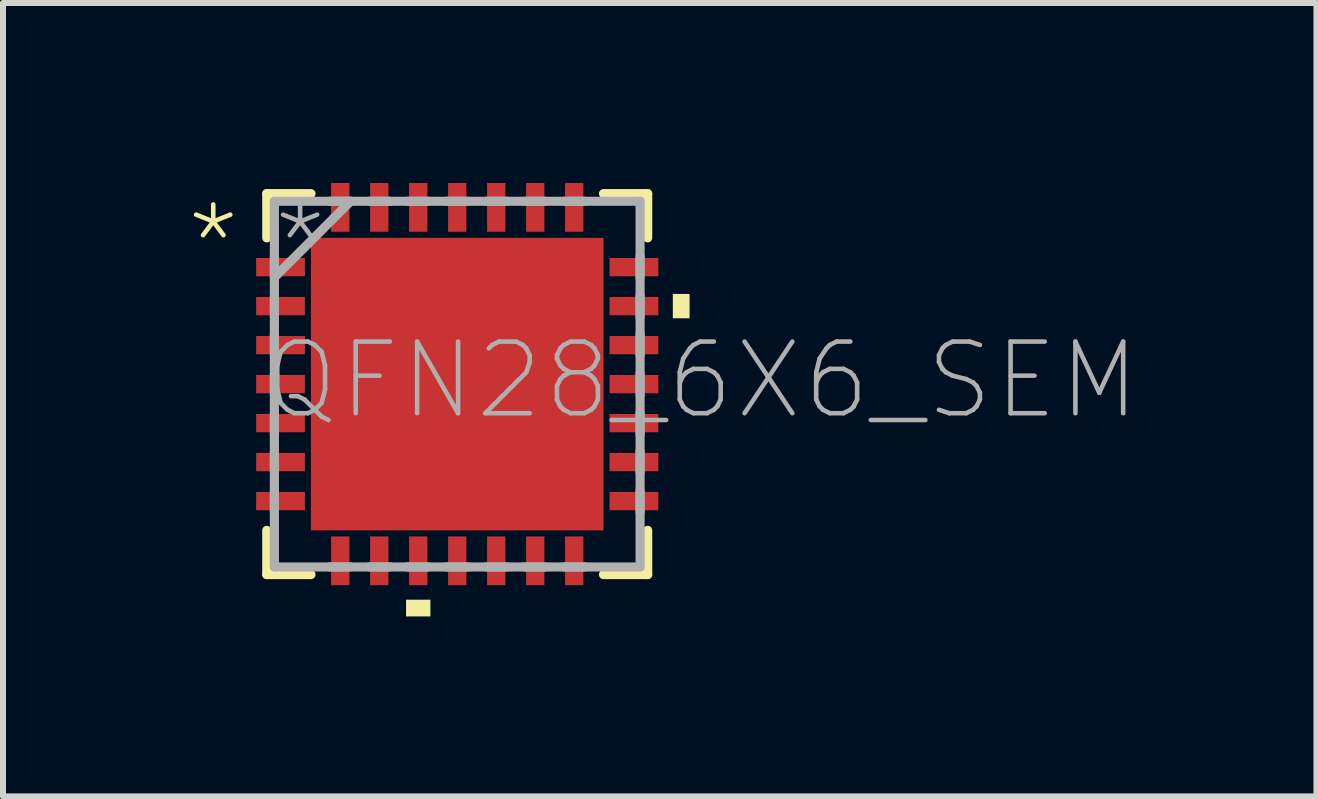
<source format=kicad_pcb>
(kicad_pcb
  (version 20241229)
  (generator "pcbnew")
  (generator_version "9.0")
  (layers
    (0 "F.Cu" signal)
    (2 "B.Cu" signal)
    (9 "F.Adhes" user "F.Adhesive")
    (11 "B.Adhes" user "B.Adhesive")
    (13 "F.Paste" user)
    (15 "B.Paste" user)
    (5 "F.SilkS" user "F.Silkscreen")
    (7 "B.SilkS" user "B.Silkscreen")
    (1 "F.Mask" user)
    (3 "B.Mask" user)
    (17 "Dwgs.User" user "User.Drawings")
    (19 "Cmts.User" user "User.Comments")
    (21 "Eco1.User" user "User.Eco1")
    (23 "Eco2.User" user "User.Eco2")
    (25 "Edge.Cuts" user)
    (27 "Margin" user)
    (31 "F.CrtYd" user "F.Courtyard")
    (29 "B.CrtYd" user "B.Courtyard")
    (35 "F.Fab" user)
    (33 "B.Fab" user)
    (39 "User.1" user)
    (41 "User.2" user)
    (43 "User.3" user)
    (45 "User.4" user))
  (footprint "QFN28_6X6_SEM"
    (layer "F.Cu")
    (at 4.572 3.353)
    (property "Reference" "QFN28_6X6_SEM" (at -3.277 0.635 0) (layer "F.Fab") (effects (font (size 1.194 1.194) (thickness 0.076)) (justify left bottom)))
    (fp_line (start -3.175 -3.175) (end -3.175 -2.438) (stroke (width 0.152) (type solid)) (layer "F.SilkS"))
    (fp_line (start -3.175 2.438) (end -3.175 3.175) (stroke (width 0.152) (type solid)) (layer "F.SilkS"))
    (fp_line (start -3.175 3.175) (end -2.438 3.175) (stroke (width 0.152) (type solid)) (layer "F.SilkS"))
    (fp_line (start -2.438 -3.175) (end -3.175 -3.175) (stroke (width 0.152) (type solid)) (layer "F.SilkS"))
    (fp_line (start 2.438 3.175) (end 3.175 3.175) (stroke (width 0.152) (type solid)) (layer "F.SilkS"))
    (fp_line (start 3.175 -3.175) (end 2.438 -3.175) (stroke (width 0.152) (type solid)) (layer "F.SilkS"))
    (fp_line (start 3.175 -2.438) (end 3.175 -3.175) (stroke (width 0.152) (type solid)) (layer "F.SilkS"))
    (fp_line (start 3.175 3.175) (end 3.175 2.438) (stroke (width 0.152) (type solid)) (layer "F.SilkS"))
    (fp_poly (pts (xy -0.447 3.873) (xy -0.853 3.873) (xy -0.853 3.594) (xy -0.447 3.594)) (stroke (width 0) (type default)) (fill yes) (layer "F.SilkS"))
    (fp_poly (pts (xy 3.873 -1.097) (xy 3.594 -1.097) (xy 3.594 -1.503) (xy 3.873 -1.503)) (stroke (width 0) (type default)) (fill yes) (layer "F.SilkS"))
    (fp_poly (pts (xy -0.9 -0.9) (xy -2.351 -0.9) (xy -2.351 -2.351) (xy -0.9 -2.351)) (stroke (width 0) (type default)) (fill yes) (layer "F.Paste"))
    (fp_poly (pts (xy -0.9 0.726) (xy -2.351 0.726) (xy -2.351 -0.726) (xy -0.9 -0.726)) (stroke (width 0) (type default)) (fill yes) (layer "F.Paste"))
    (fp_poly (pts (xy -0.9 2.351) (xy -2.351 2.351) (xy -2.351 0.9) (xy -0.9 0.9)) (stroke (width 0) (type default)) (fill yes) (layer "F.Paste"))
    (fp_poly (pts (xy 0.726 -0.9) (xy -0.726 -0.9) (xy -0.726 -2.351) (xy 0.726 -2.351)) (stroke (width 0) (type default)) (fill yes) (layer "F.Paste"))
    (fp_poly (pts (xy 0.726 0.726) (xy -0.726 0.726) (xy -0.726 -0.726) (xy 0.726 -0.726)) (stroke (width 0) (type default)) (fill yes) (layer "F.Paste"))
    (fp_poly (pts (xy 0.726 2.351) (xy -0.726 2.351) (xy -0.726 0.9) (xy 0.726 0.9)) (stroke (width 0) (type default)) (fill yes) (layer "F.Paste"))
    (fp_poly (pts (xy 2.351 -0.9) (xy 0.9 -0.9) (xy 0.9 -2.351) (xy 2.351 -2.351)) (stroke (width 0) (type default)) (fill yes) (layer "F.Paste"))
    (fp_poly (pts (xy 2.351 0.726) (xy 0.9 0.726) (xy 0.9 -0.726) (xy 2.351 -0.726)) (stroke (width 0) (type default)) (fill yes) (layer "F.Paste"))
    (fp_poly (pts (xy 2.351 2.351) (xy 0.9 2.351) (xy 0.9 0.9) (xy 2.351 0.9)) (stroke (width 0) (type default)) (fill yes) (layer "F.Paste"))
    (fp_line (start -3.048 -3.048) (end -3.048 3.048) (stroke (width 0.152) (type solid)) (layer "F.Fab"))
    (fp_line (start -3.048 -2.134) (end -3.048 -1.778) (stroke (width 0.152) (type solid)) (layer "F.Fab"))
    (fp_line (start -3.048 -1.778) (end -1.778 -3.048) (stroke (width 0.152) (type solid)) (layer "F.Fab"))
    (fp_line (start -3.048 -1.473) (end -3.048 -1.118) (stroke (width 0.152) (type solid)) (layer "F.Fab"))
    (fp_line (start -3.048 -0.838) (end -3.048 -0.483) (stroke (width 0.152) (type solid)) (layer "F.Fab"))
    (fp_line (start -3.048 -0.178) (end -3.048 0.178) (stroke (width 0.152) (type solid)) (layer "F.Fab"))
    (fp_line (start -3.048 0.483) (end -3.048 0.838) (stroke (width 0.152) (type solid)) (layer "F.Fab"))
    (fp_line (start -3.048 1.118) (end -3.048 1.473) (stroke (width 0.152) (type solid)) (layer "F.Fab"))
    (fp_line (start -3.048 1.778) (end -3.048 2.134) (stroke (width 0.152) (type solid)) (layer "F.Fab"))
    (fp_line (start -3.048 3.048) (end 3.048 3.048) (stroke (width 0.152) (type solid)) (layer "F.Fab"))
    (fp_line (start -2.134 3.048) (end -1.778 3.048) (stroke (width 0.152) (type solid)) (layer "F.Fab"))
    (fp_line (start -1.778 -3.048) (end -2.134 -3.048) (stroke (width 0.152) (type solid)) (layer "F.Fab"))
    (fp_line (start -1.473 3.048) (end -1.118 3.048) (stroke (width 0.152) (type solid)) (layer "F.Fab"))
    (fp_line (start -1.118 -3.048) (end -1.473 -3.048) (stroke (width 0.152) (type solid)) (layer "F.Fab"))
    (fp_line (start -0.838 3.048) (end -0.483 3.048) (stroke (width 0.152) (type solid)) (layer "F.Fab"))
    (fp_line (start -0.483 -3.048) (end -0.838 -3.048) (stroke (width 0.152) (type solid)) (layer "F.Fab"))
    (fp_line (start -0.178 3.048) (end 0.178 3.048) (stroke (width 0.152) (type solid)) (layer "F.Fab"))
    (fp_line (start 0.178 -3.048) (end -0.178 -3.048) (stroke (width 0.152) (type solid)) (layer "F.Fab"))
    (fp_line (start 0.483 3.048) (end 0.838 3.048) (stroke (width 0.152) (type solid)) (layer "F.Fab"))
    (fp_line (start 0.838 -3.048) (end 0.483 -3.048) (stroke (width 0.152) (type solid)) (layer "F.Fab"))
    (fp_line (start 1.118 3.048) (end 1.473 3.048) (stroke (width 0.152) (type solid)) (layer "F.Fab"))
    (fp_line (start 1.473 -3.048) (end 1.118 -3.048) (stroke (width 0.152) (type solid)) (layer "F.Fab"))
    (fp_line (start 1.778 3.048) (end 2.134 3.048) (stroke (width 0.152) (type solid)) (layer "F.Fab"))
    (fp_line (start 2.134 -3.048) (end 1.778 -3.048) (stroke (width 0.152) (type solid)) (layer "F.Fab"))
    (fp_line (start 3.048 -3.048) (end -3.048 -3.048) (stroke (width 0.152) (type solid)) (layer "F.Fab"))
    (fp_line (start 3.048 -1.778) (end 3.048 -2.134) (stroke (width 0.152) (type solid)) (layer "F.Fab"))
    (fp_line (start 3.048 -1.118) (end 3.048 -1.473) (stroke (width 0.152) (type solid)) (layer "F.Fab"))
    (fp_line (start 3.048 -0.483) (end 3.048 -0.838) (stroke (width 0.152) (type solid)) (layer "F.Fab"))
    (fp_line (start 3.048 0.178) (end 3.048 -0.178) (stroke (width 0.152) (type solid)) (layer "F.Fab"))
    (fp_line (start 3.048 0.838) (end 3.048 0.483) (stroke (width 0.152) (type solid)) (layer "F.Fab"))
    (fp_line (start 3.048 1.473) (end 3.048 1.118) (stroke (width 0.152) (type solid)) (layer "F.Fab"))
    (fp_line (start 3.048 2.134) (end 3.048 1.778) (stroke (width 0.152) (type solid)) (layer "F.Fab"))
    (fp_line (start 3.048 3.048) (end 3.048 -3.048) (stroke (width 0.152) (type solid)) (layer "F.Fab"))
    (fp_text user "*" (at -4.572 -1.651 0) (layer "F.SilkS") (effects (font (size 1.194 1.194) (thickness 0.076)) (justify left bottom)))
    (fp_text user "*" (at -3.124 -1.651 0) (layer "F.Fab") (effects (font (size 1.194 1.194) (thickness 0.076)) (justify left bottom)))
    (pad "1" smd rect (at -2.946 -1.95 270) (size 0.305 0.813) (layers "F.Cu" "F.Mask" "F.Paste"))
    (pad "2" smd rect (at -2.946 -1.3 270) (size 0.305 0.813) (layers "F.Cu" "F.Mask" "F.Paste"))
    (pad "3" smd rect (at -2.946 -0.65 270) (size 0.305 0.813) (layers "F.Cu" "F.Mask" "F.Paste"))
    (pad "4" smd rect (at -2.946 0 270) (size 0.305 0.813) (layers "F.Cu" "F.Mask" "F.Paste"))
    (pad "5" smd rect (at -2.946 0.65 270) (size 0.305 0.813) (layers "F.Cu" "F.Mask" "F.Paste"))
    (pad "6" smd rect (at -2.946 1.3 270) (size 0.305 0.813) (layers "F.Cu" "F.Mask" "F.Paste"))
    (pad "7" smd rect (at -2.946 1.95 270) (size 0.305 0.813) (layers "F.Cu" "F.Mask" "F.Paste"))
    (pad "8" smd rect (at -1.95 2.946 180) (size 0.305 0.813) (layers "F.Cu" "F.Mask" "F.Paste"))
    (pad "9" smd rect (at -1.3 2.946 180) (size 0.305 0.813) (layers "F.Cu" "F.Mask" "F.Paste"))
    (pad "10" smd rect (at -0.65 2.946 180) (size 0.305 0.813) (layers "F.Cu" "F.Mask" "F.Paste"))
    (pad "11" smd rect (at 0 2.946 180) (size 0.305 0.813) (layers "F.Cu" "F.Mask" "F.Paste"))
    (pad "12" smd rect (at 0.65 2.946 180) (size 0.305 0.813) (layers "F.Cu" "F.Mask" "F.Paste"))
    (pad "13" smd rect (at 1.3 2.946 180) (size 0.305 0.813) (layers "F.Cu" "F.Mask" "F.Paste"))
    (pad "14" smd rect (at 1.95 2.946 180) (size 0.305 0.813) (layers "F.Cu" "F.Mask" "F.Paste"))
    (pad "15" smd rect (at 2.946 1.95 270) (size 0.305 0.813) (layers "F.Cu" "F.Mask" "F.Paste"))
    (pad "16" smd rect (at 2.946 1.3 270) (size 0.305 0.813) (layers "F.Cu" "F.Mask" "F.Paste"))
    (pad "17" smd rect (at 2.946 0.65 270) (size 0.305 0.813) (layers "F.Cu" "F.Mask" "F.Paste"))
    (pad "18" smd rect (at 2.946 0 270) (size 0.305 0.813) (layers "F.Cu" "F.Mask" "F.Paste"))
    (pad "19" smd rect (at 2.946 -0.65 270) (size 0.305 0.813) (layers "F.Cu" "F.Mask" "F.Paste"))
    (pad "20" smd rect (at 2.946 -1.3 270) (size 0.305 0.813) (layers "F.Cu" "F.Mask" "F.Paste"))
    (pad "21" smd rect (at 2.946 -1.95 270) (size 0.305 0.813) (layers "F.Cu" "F.Mask" "F.Paste"))
    (pad "22" smd rect (at 1.95 -2.946 180) (size 0.305 0.813) (layers "F.Cu" "F.Mask" "F.Paste"))
    (pad "23" smd rect (at 1.3 -2.946 180) (size 0.305 0.813) (layers "F.Cu" "F.Mask" "F.Paste"))
    (pad "24" smd rect (at 0.65 -2.946 180) (size 0.305 0.813) (layers "F.Cu" "F.Mask" "F.Paste"))
    (pad "25" smd rect (at 0 -2.946 180) (size 0.305 0.813) (layers "F.Cu" "F.Mask" "F.Paste"))
    (pad "26" smd rect (at -0.65 -2.946 180) (size 0.305 0.813) (layers "F.Cu" "F.Mask" "F.Paste"))
    (pad "27" smd rect (at -1.3 -2.946 180) (size 0.305 0.813) (layers "F.Cu" "F.Mask" "F.Paste"))
    (pad "28" smd rect (at -1.95 -2.946 180) (size 0.305 0.813) (layers "F.Cu" "F.Mask" "F.Paste"))
    (pad "29" smd rect (at 0 0) (size 4.877 4.877) (layers "F.Cu" "F.Mask")))
  (gr_rect
    (start -3 -3)
    (end 18.895 10.226)
    (stroke (width 0.1) (type default))
    (fill no)
    (layer "Edge.Cuts")))
</source>
